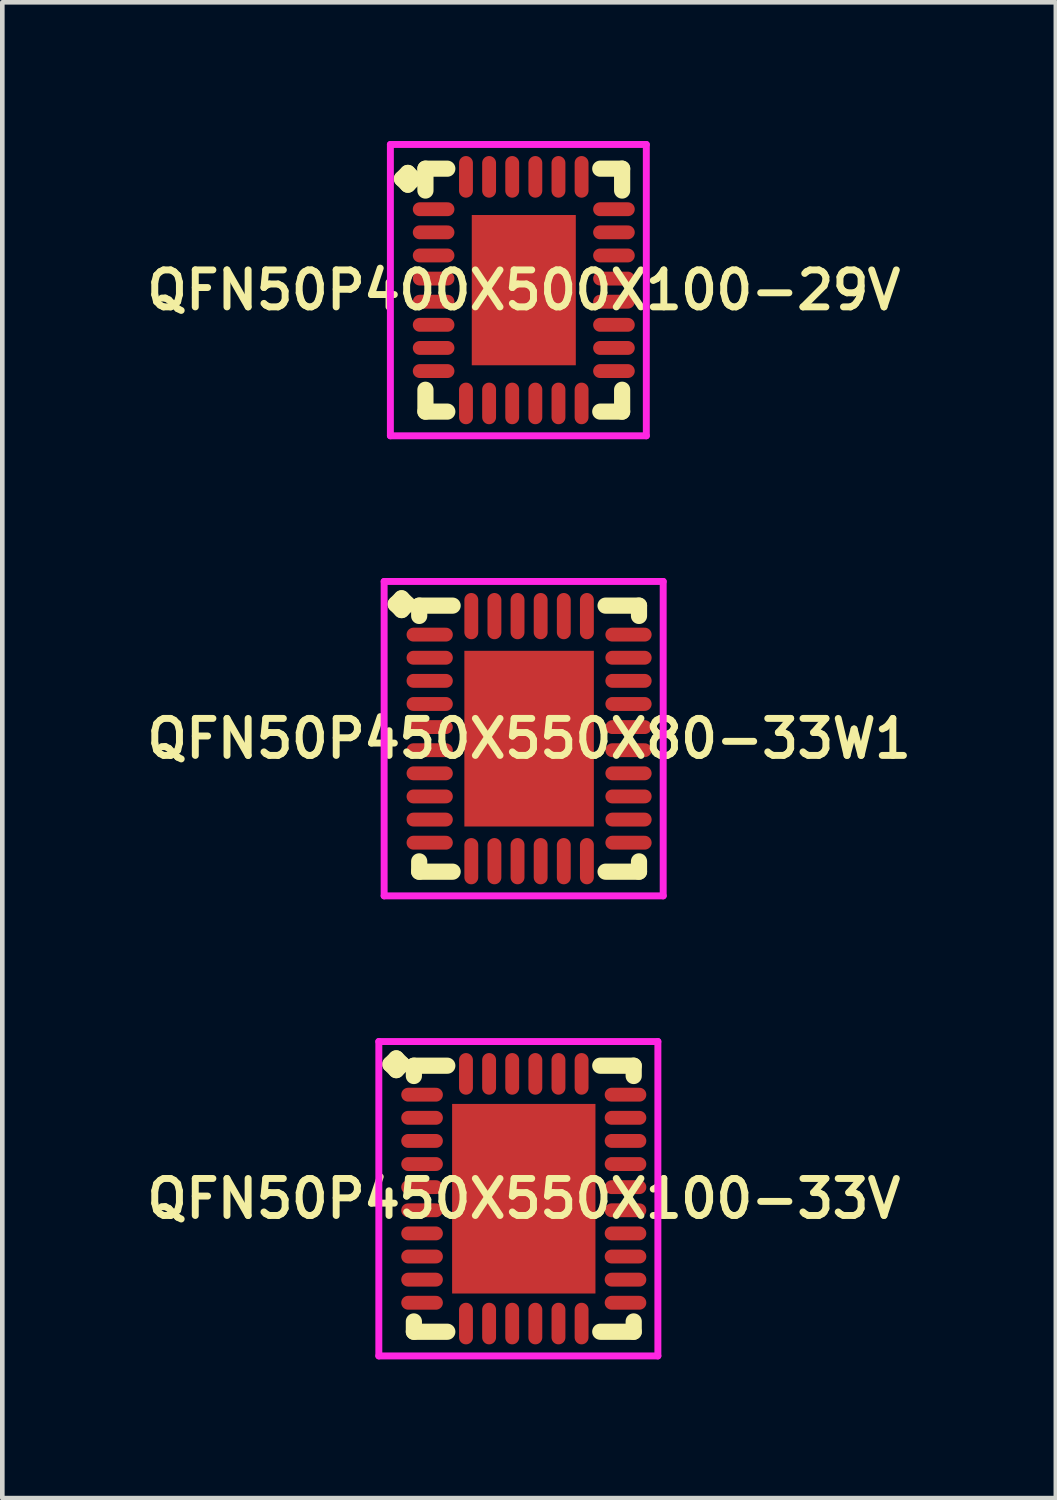
<source format=kicad_pcb>
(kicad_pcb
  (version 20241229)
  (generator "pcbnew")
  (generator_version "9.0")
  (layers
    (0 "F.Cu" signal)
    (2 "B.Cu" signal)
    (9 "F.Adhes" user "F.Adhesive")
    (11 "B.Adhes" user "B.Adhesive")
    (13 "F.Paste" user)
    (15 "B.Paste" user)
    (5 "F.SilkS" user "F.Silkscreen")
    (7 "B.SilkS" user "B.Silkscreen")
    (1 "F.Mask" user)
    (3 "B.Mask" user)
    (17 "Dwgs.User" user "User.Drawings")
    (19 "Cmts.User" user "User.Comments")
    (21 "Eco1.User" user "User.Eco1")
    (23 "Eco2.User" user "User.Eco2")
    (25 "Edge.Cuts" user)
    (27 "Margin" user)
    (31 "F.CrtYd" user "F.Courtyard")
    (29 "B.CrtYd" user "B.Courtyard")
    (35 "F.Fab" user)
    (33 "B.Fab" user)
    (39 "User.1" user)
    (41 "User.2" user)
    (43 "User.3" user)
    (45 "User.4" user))
  (footprint "QFN50P450X550X80-33W1"
    (layer "F.Cu")
    (at 8.393 12.925)
    (property "Reference" "QFN50P450X550X80-33W1" (at 0 0 0) (layer "F.SilkS") (effects (font (size 0.8 0.8) (thickness 0.15))))
    (attr through_hole)
    (fp_line (start -2.885 -2.908) (end -2.758 -3.035) (stroke (width 0.35) (type solid)) (layer "F.SilkS"))
    (fp_line (start -2.758 -3.035) (end -2.631 -2.908) (stroke (width 0.35) (type solid)) (layer "F.SilkS"))
    (fp_line (start -2.758 -2.781) (end -2.885 -2.908) (stroke (width 0.35) (type solid)) (layer "F.SilkS"))
    (fp_line (start -2.631 -2.908) (end -2.758 -2.781) (stroke (width 0.35) (type solid)) (layer "F.SilkS"))
    (fp_line (start -2.377 -2.877) (end -1.654 -2.877) (stroke (width 0.35) (type solid)) (layer "F.SilkS"))
    (fp_line (start -2.377 -2.654) (end -2.377 -2.877) (stroke (width 0.35) (type solid)) (layer "F.SilkS"))
    (fp_line (start -2.377 2.654) (end -2.377 2.877) (stroke (width 0.35) (type solid)) (layer "F.SilkS"))
    (fp_line (start -2.377 2.877) (end -1.654 2.877) (stroke (width 0.35) (type solid)) (layer "F.SilkS"))
    (fp_line (start 1.654 -2.877) (end 2.377 -2.877) (stroke (width 0.35) (type solid)) (layer "F.SilkS"))
    (fp_line (start 1.654 2.877) (end 2.377 2.877) (stroke (width 0.35) (type solid)) (layer "F.SilkS"))
    (fp_line (start 2.377 -2.877) (end 2.377 -2.654) (stroke (width 0.35) (type solid)) (layer "F.SilkS"))
    (fp_line (start 2.377 2.877) (end 2.377 2.654) (stroke (width 0.35) (type solid)) (layer "F.SilkS"))
    (fp_line (start -3.135 -3.4) (end 2.9 -3.4) (stroke (width 0.15) (type solid)) (layer "F.CrtYd"))
    (fp_line (start -3.135 3.4) (end -3.135 -3.4) (stroke (width 0.15) (type solid)) (layer "F.CrtYd"))
    (fp_line (start 2.9 -3.4) (end 2.9 3.4) (stroke (width 0.15) (type solid)) (layer "F.CrtYd"))
    (fp_line (start 2.9 3.4) (end -3.135 3.4) (stroke (width 0.15) (type solid)) (layer "F.CrtYd"))
    (pad "1" smd oval (at -2.15 -2.25) (size 1 0.3) (layers "F.Cu" "F.Mask" "F.Paste"))
    (pad "2" smd oval (at -2.15 -1.75) (size 1 0.3) (layers "F.Cu" "F.Mask" "F.Paste"))
    (pad "3" smd oval (at -2.15 -1.25) (size 1 0.3) (layers "F.Cu" "F.Mask" "F.Paste"))
    (pad "4" smd oval (at -2.15 -0.75) (size 1 0.3) (layers "F.Cu" "F.Mask" "F.Paste"))
    (pad "5" smd oval (at -2.15 -0.25) (size 1 0.3) (layers "F.Cu" "F.Mask" "F.Paste"))
    (pad "6" smd oval (at -2.15 0.25) (size 1 0.3) (layers "F.Cu" "F.Mask" "F.Paste"))
    (pad "7" smd oval (at -2.15 0.75) (size 1 0.3) (layers "F.Cu" "F.Mask" "F.Paste"))
    (pad "8" smd oval (at -2.15 1.25) (size 1 0.3) (layers "F.Cu" "F.Mask" "F.Paste"))
    (pad "9" smd oval (at -2.15 1.75) (size 1 0.3) (layers "F.Cu" "F.Mask" "F.Paste"))
    (pad "10" smd oval (at -2.15 2.25) (size 1 0.3) (layers "F.Cu" "F.Mask" "F.Paste"))
    (pad "11" smd oval (at -1.25 2.65) (size 0.3 1) (layers "F.Cu" "F.Mask" "F.Paste"))
    (pad "12" smd oval (at -0.75 2.65) (size 0.3 1) (layers "F.Cu" "F.Mask" "F.Paste"))
    (pad "13" smd oval (at -0.25 2.65) (size 0.3 1) (layers "F.Cu" "F.Mask" "F.Paste"))
    (pad "14" smd oval (at 0.25 2.65) (size 0.3 1) (layers "F.Cu" "F.Mask" "F.Paste"))
    (pad "15" smd oval (at 0.75 2.65) (size 0.3 1) (layers "F.Cu" "F.Mask" "F.Paste"))
    (pad "16" smd oval (at 1.25 2.65) (size 0.3 1) (layers "F.Cu" "F.Mask" "F.Paste"))
    (pad "17" smd oval (at 2.15 2.25) (size 1 0.3) (layers "F.Cu" "F.Mask" "F.Paste"))
    (pad "18" smd oval (at 2.15 1.75) (size 1 0.3) (layers "F.Cu" "F.Mask" "F.Paste"))
    (pad "19" smd oval (at 2.15 1.25) (size 1 0.3) (layers "F.Cu" "F.Mask" "F.Paste"))
    (pad "20" smd oval (at 2.15 0.75) (size 1 0.3) (layers "F.Cu" "F.Mask" "F.Paste"))
    (pad "21" smd oval (at 2.15 0.25) (size 1 0.3) (layers "F.Cu" "F.Mask" "F.Paste"))
    (pad "22" smd oval (at 2.15 -0.25) (size 1 0.3) (layers "F.Cu" "F.Mask" "F.Paste"))
    (pad "23" smd oval (at 2.15 -0.75) (size 1 0.3) (layers "F.Cu" "F.Mask" "F.Paste"))
    (pad "24" smd oval (at 2.15 -1.25) (size 1 0.3) (layers "F.Cu" "F.Mask" "F.Paste"))
    (pad "25" smd oval (at 2.15 -1.75) (size 1 0.3) (layers "F.Cu" "F.Mask" "F.Paste"))
    (pad "26" smd oval (at 2.15 -2.25) (size 1 0.3) (layers "F.Cu" "F.Mask" "F.Paste"))
    (pad "27" smd oval (at 1.25 -2.65) (size 0.3 1) (layers "F.Cu" "F.Mask" "F.Paste"))
    (pad "28" smd oval (at 0.75 -2.65) (size 0.3 1) (layers "F.Cu" "F.Mask" "F.Paste"))
    (pad "29" smd oval (at 0.25 -2.65) (size 0.3 1) (layers "F.Cu" "F.Mask" "F.Paste"))
    (pad "30" smd oval (at -0.25 -2.65) (size 0.3 1) (layers "F.Cu" "F.Mask" "F.Paste"))
    (pad "31" smd oval (at -0.75 -2.65) (size 0.3 1) (layers "F.Cu" "F.Mask" "F.Paste"))
    (pad "32" smd oval (at -1.25 -2.65) (size 0.3 1) (layers "F.Cu" "F.Mask" "F.Paste"))
    (pad "33" smd rect (at 0 0) (size 2.8 3.8) (layers "F.Cu" "F.Mask" "F.Paste")))
  (footprint "QFN50P400X500X100-29V"
    (layer "F.Cu")
    (at 8.278 3.225)
    (property "Reference" "QFN50P400X500X100-29V" (at 0 0 0) (layer "F.SilkS") (effects (font (size 0.8 0.8) (thickness 0.15))))
    (attr smd)
    (fp_line (start -2.635 -2.408) (end -2.508 -2.535) (stroke (width 0.35) (type solid)) (layer "F.SilkS"))
    (fp_line (start -2.508 -2.535) (end -2.381 -2.408) (stroke (width 0.35) (type solid)) (layer "F.SilkS"))
    (fp_line (start -2.508 -2.281) (end -2.635 -2.408) (stroke (width 0.35) (type solid)) (layer "F.SilkS"))
    (fp_line (start -2.381 -2.408) (end -2.508 -2.281) (stroke (width 0.35) (type solid)) (layer "F.SilkS"))
    (fp_line (start -2.127 -2.627) (end -1.654 -2.627) (stroke (width 0.35) (type solid)) (layer "F.SilkS"))
    (fp_line (start -2.127 -2.154) (end -2.127 -2.627) (stroke (width 0.35) (type solid)) (layer "F.SilkS"))
    (fp_line (start -2.127 2.154) (end -2.127 2.627) (stroke (width 0.35) (type solid)) (layer "F.SilkS"))
    (fp_line (start -2.127 2.627) (end -1.654 2.627) (stroke (width 0.35) (type solid)) (layer "F.SilkS"))
    (fp_line (start 1.654 -2.627) (end 2.127 -2.627) (stroke (width 0.35) (type solid)) (layer "F.SilkS"))
    (fp_line (start 1.654 2.627) (end 2.127 2.627) (stroke (width 0.35) (type solid)) (layer "F.SilkS"))
    (fp_line (start 2.127 -2.627) (end 2.127 -2.154) (stroke (width 0.35) (type solid)) (layer "F.SilkS"))
    (fp_line (start 2.127 2.627) (end 2.127 2.154) (stroke (width 0.35) (type solid)) (layer "F.SilkS"))
    (fp_line (start -2.885 -3.15) (end 2.65 -3.15) (stroke (width 0.15) (type solid)) (layer "F.CrtYd"))
    (fp_line (start -2.885 3.15) (end -2.885 -3.15) (stroke (width 0.15) (type solid)) (layer "F.CrtYd"))
    (fp_line (start 2.65 -3.15) (end 2.65 3.15) (stroke (width 0.15) (type solid)) (layer "F.CrtYd"))
    (fp_line (start 2.65 3.15) (end -2.885 3.15) (stroke (width 0.15) (type solid)) (layer "F.CrtYd"))
    (pad "1" smd oval (at -1.95 -1.75) (size 0.9 0.3) (layers "F.Cu" "F.Mask" "F.Paste"))
    (pad "2" smd oval (at -1.95 -1.25) (size 0.9 0.3) (layers "F.Cu" "F.Mask" "F.Paste"))
    (pad "3" smd oval (at -1.95 -0.75) (size 0.9 0.3) (layers "F.Cu" "F.Mask" "F.Paste"))
    (pad "4" smd oval (at -1.95 -0.25) (size 0.9 0.3) (layers "F.Cu" "F.Mask" "F.Paste"))
    (pad "5" smd oval (at -1.95 0.25) (size 0.9 0.3) (layers "F.Cu" "F.Mask" "F.Paste"))
    (pad "6" smd oval (at -1.95 0.75) (size 0.9 0.3) (layers "F.Cu" "F.Mask" "F.Paste"))
    (pad "7" smd oval (at -1.95 1.25) (size 0.9 0.3) (layers "F.Cu" "F.Mask" "F.Paste"))
    (pad "8" smd oval (at -1.95 1.75) (size 0.9 0.3) (layers "F.Cu" "F.Mask" "F.Paste"))
    (pad "9" smd oval (at -1.25 2.45) (size 0.3 0.9) (layers "F.Cu" "F.Mask" "F.Paste"))
    (pad "10" smd oval (at -0.75 2.45) (size 0.3 0.9) (layers "F.Cu" "F.Mask" "F.Paste"))
    (pad "11" smd oval (at -0.25 2.45) (size 0.3 0.9) (layers "F.Cu" "F.Mask" "F.Paste"))
    (pad "12" smd oval (at 0.25 2.45) (size 0.3 0.9) (layers "F.Cu" "F.Mask" "F.Paste"))
    (pad "13" smd oval (at 0.75 2.45) (size 0.3 0.9) (layers "F.Cu" "F.Mask" "F.Paste"))
    (pad "14" smd oval (at 1.25 2.45) (size 0.3 0.9) (layers "F.Cu" "F.Mask" "F.Paste"))
    (pad "15" smd oval (at 1.95 1.75) (size 0.9 0.3) (layers "F.Cu" "F.Mask" "F.Paste"))
    (pad "16" smd oval (at 1.95 1.25) (size 0.9 0.3) (layers "F.Cu" "F.Mask" "F.Paste"))
    (pad "17" smd oval (at 1.95 0.75) (size 0.9 0.3) (layers "F.Cu" "F.Mask" "F.Paste"))
    (pad "18" smd oval (at 1.95 0.25) (size 0.9 0.3) (layers "F.Cu" "F.Mask" "F.Paste"))
    (pad "19" smd oval (at 1.95 -0.25) (size 0.9 0.3) (layers "F.Cu" "F.Mask" "F.Paste"))
    (pad "20" smd oval (at 1.95 -0.75) (size 0.9 0.3) (layers "F.Cu" "F.Mask" "F.Paste"))
    (pad "21" smd oval (at 1.95 -1.25) (size 0.9 0.3) (layers "F.Cu" "F.Mask" "F.Paste"))
    (pad "22" smd oval (at 1.95 -1.75) (size 0.9 0.3) (layers "F.Cu" "F.Mask" "F.Paste"))
    (pad "23" smd oval (at 1.25 -2.45) (size 0.3 0.9) (layers "F.Cu" "F.Mask" "F.Paste"))
    (pad "24" smd oval (at 0.75 -2.45) (size 0.3 0.9) (layers "F.Cu" "F.Mask" "F.Paste"))
    (pad "25" smd oval (at 0.25 -2.45) (size 0.3 0.9) (layers "F.Cu" "F.Mask" "F.Paste"))
    (pad "26" smd oval (at -0.25 -2.45) (size 0.3 0.9) (layers "F.Cu" "F.Mask" "F.Paste"))
    (pad "27" smd oval (at -0.75 -2.45) (size 0.3 0.9) (layers "F.Cu" "F.Mask" "F.Paste"))
    (pad "28" smd oval (at -1.25 -2.45) (size 0.3 0.9) (layers "F.Cu" "F.Mask" "F.Paste"))
    (pad "29" smd rect (at 0 0) (size 2.25 3.25) (layers "F.Cu" "F.Mask" "F.Paste")))
  (footprint "QFN50P450X550X100-33V"
    (layer "F.Cu")
    (at 8.278 22.875)
    (property "Reference" "QFN50P450X550X100-33V" (at 0 0 0) (layer "F.SilkS") (effects (font (size 0.8 0.8) (thickness 0.15))))
    (attr smd)
    (fp_line (start -2.885 -2.908) (end -2.758 -3.035) (stroke (width 0.35) (type solid)) (layer "F.SilkS"))
    (fp_line (start -2.758 -3.035) (end -2.631 -2.908) (stroke (width 0.35) (type solid)) (layer "F.SilkS"))
    (fp_line (start -2.758 -2.781) (end -2.885 -2.908) (stroke (width 0.35) (type solid)) (layer "F.SilkS"))
    (fp_line (start -2.631 -2.908) (end -2.758 -2.781) (stroke (width 0.35) (type solid)) (layer "F.SilkS"))
    (fp_line (start -2.377 -2.877) (end -1.654 -2.877) (stroke (width 0.35) (type solid)) (layer "F.SilkS"))
    (fp_line (start -2.377 -2.654) (end -2.377 -2.877) (stroke (width 0.35) (type solid)) (layer "F.SilkS"))
    (fp_line (start -2.377 2.654) (end -2.377 2.877) (stroke (width 0.35) (type solid)) (layer "F.SilkS"))
    (fp_line (start -2.377 2.877) (end -1.654 2.877) (stroke (width 0.35) (type solid)) (layer "F.SilkS"))
    (fp_line (start 1.654 -2.877) (end 2.377 -2.877) (stroke (width 0.35) (type solid)) (layer "F.SilkS"))
    (fp_line (start 1.654 2.877) (end 2.377 2.877) (stroke (width 0.35) (type solid)) (layer "F.SilkS"))
    (fp_line (start 2.377 -2.877) (end 2.377 -2.654) (stroke (width 0.35) (type solid)) (layer "F.SilkS"))
    (fp_line (start 2.377 2.877) (end 2.377 2.654) (stroke (width 0.35) (type solid)) (layer "F.SilkS"))
    (fp_line (start -3.135 -3.4) (end 2.9 -3.4) (stroke (width 0.15) (type solid)) (layer "F.CrtYd"))
    (fp_line (start -3.135 3.4) (end -3.135 -3.4) (stroke (width 0.15) (type solid)) (layer "F.CrtYd"))
    (fp_line (start 2.9 -3.4) (end 2.9 3.4) (stroke (width 0.15) (type solid)) (layer "F.CrtYd"))
    (fp_line (start 2.9 3.4) (end -3.135 3.4) (stroke (width 0.15) (type solid)) (layer "F.CrtYd"))
    (pad "1" smd oval (at -2.2 -2.25) (size 0.9 0.3) (layers "F.Cu" "F.Mask" "F.Paste"))
    (pad "2" smd oval (at -2.2 -1.75) (size 0.9 0.3) (layers "F.Cu" "F.Mask" "F.Paste"))
    (pad "3" smd oval (at -2.2 -1.25) (size 0.9 0.3) (layers "F.Cu" "F.Mask" "F.Paste"))
    (pad "4" smd oval (at -2.2 -0.75) (size 0.9 0.3) (layers "F.Cu" "F.Mask" "F.Paste"))
    (pad "5" smd oval (at -2.2 -0.25) (size 0.9 0.3) (layers "F.Cu" "F.Mask" "F.Paste"))
    (pad "6" smd oval (at -2.2 0.25) (size 0.9 0.3) (layers "F.Cu" "F.Mask" "F.Paste"))
    (pad "7" smd oval (at -2.2 0.75) (size 0.9 0.3) (layers "F.Cu" "F.Mask" "F.Paste"))
    (pad "8" smd oval (at -2.2 1.25) (size 0.9 0.3) (layers "F.Cu" "F.Mask" "F.Paste"))
    (pad "9" smd oval (at -2.2 1.75) (size 0.9 0.3) (layers "F.Cu" "F.Mask" "F.Paste"))
    (pad "10" smd oval (at -2.2 2.25) (size 0.9 0.3) (layers "F.Cu" "F.Mask" "F.Paste"))
    (pad "11" smd oval (at -1.25 2.7) (size 0.3 0.9) (layers "F.Cu" "F.Mask" "F.Paste"))
    (pad "12" smd oval (at -0.75 2.7) (size 0.3 0.9) (layers "F.Cu" "F.Mask" "F.Paste"))
    (pad "13" smd oval (at -0.25 2.7) (size 0.3 0.9) (layers "F.Cu" "F.Mask" "F.Paste"))
    (pad "14" smd oval (at 0.25 2.7) (size 0.3 0.9) (layers "F.Cu" "F.Mask" "F.Paste"))
    (pad "15" smd oval (at 0.75 2.7) (size 0.3 0.9) (layers "F.Cu" "F.Mask" "F.Paste"))
    (pad "16" smd oval (at 1.25 2.7) (size 0.3 0.9) (layers "F.Cu" "F.Mask" "F.Paste"))
    (pad "17" smd oval (at 2.2 2.25) (size 0.9 0.3) (layers "F.Cu" "F.Mask" "F.Paste"))
    (pad "18" smd oval (at 2.2 1.75) (size 0.9 0.3) (layers "F.Cu" "F.Mask" "F.Paste"))
    (pad "19" smd oval (at 2.2 1.25) (size 0.9 0.3) (layers "F.Cu" "F.Mask" "F.Paste"))
    (pad "20" smd oval (at 2.2 0.75) (size 0.9 0.3) (layers "F.Cu" "F.Mask" "F.Paste"))
    (pad "21" smd oval (at 2.2 0.25) (size 0.9 0.3) (layers "F.Cu" "F.Mask" "F.Paste"))
    (pad "22" smd oval (at 2.2 -0.25) (size 0.9 0.3) (layers "F.Cu" "F.Mask" "F.Paste"))
    (pad "23" smd oval (at 2.2 -0.75) (size 0.9 0.3) (layers "F.Cu" "F.Mask" "F.Paste"))
    (pad "24" smd oval (at 2.2 -1.25) (size 0.9 0.3) (layers "F.Cu" "F.Mask" "F.Paste"))
    (pad "25" smd oval (at 2.2 -1.75) (size 0.9 0.3) (layers "F.Cu" "F.Mask" "F.Paste"))
    (pad "26" smd oval (at 2.2 -2.25) (size 0.9 0.3) (layers "F.Cu" "F.Mask" "F.Paste"))
    (pad "27" smd oval (at 1.25 -2.7) (size 0.3 0.9) (layers "F.Cu" "F.Mask" "F.Paste"))
    (pad "28" smd oval (at 0.75 -2.7) (size 0.3 0.9) (layers "F.Cu" "F.Mask" "F.Paste"))
    (pad "29" smd oval (at 0.25 -2.7) (size 0.3 0.9) (layers "F.Cu" "F.Mask" "F.Paste"))
    (pad "30" smd oval (at -0.25 -2.7) (size 0.3 0.9) (layers "F.Cu" "F.Mask" "F.Paste"))
    (pad "31" smd oval (at -0.75 -2.7) (size 0.3 0.9) (layers "F.Cu" "F.Mask" "F.Paste"))
    (pad "32" smd oval (at -1.25 -2.7) (size 0.3 0.9) (layers "F.Cu" "F.Mask" "F.Paste"))
    (pad "33" smd rect (at 0 0) (size 3.1 4.1) (layers "F.Cu" "F.Mask" "F.Paste")))
  (gr_rect
    (start -3 -3)
    (end 19.785 29.35)
    (stroke (width 0.1) (type default))
    (fill no)
    (layer "Edge.Cuts")))
</source>
